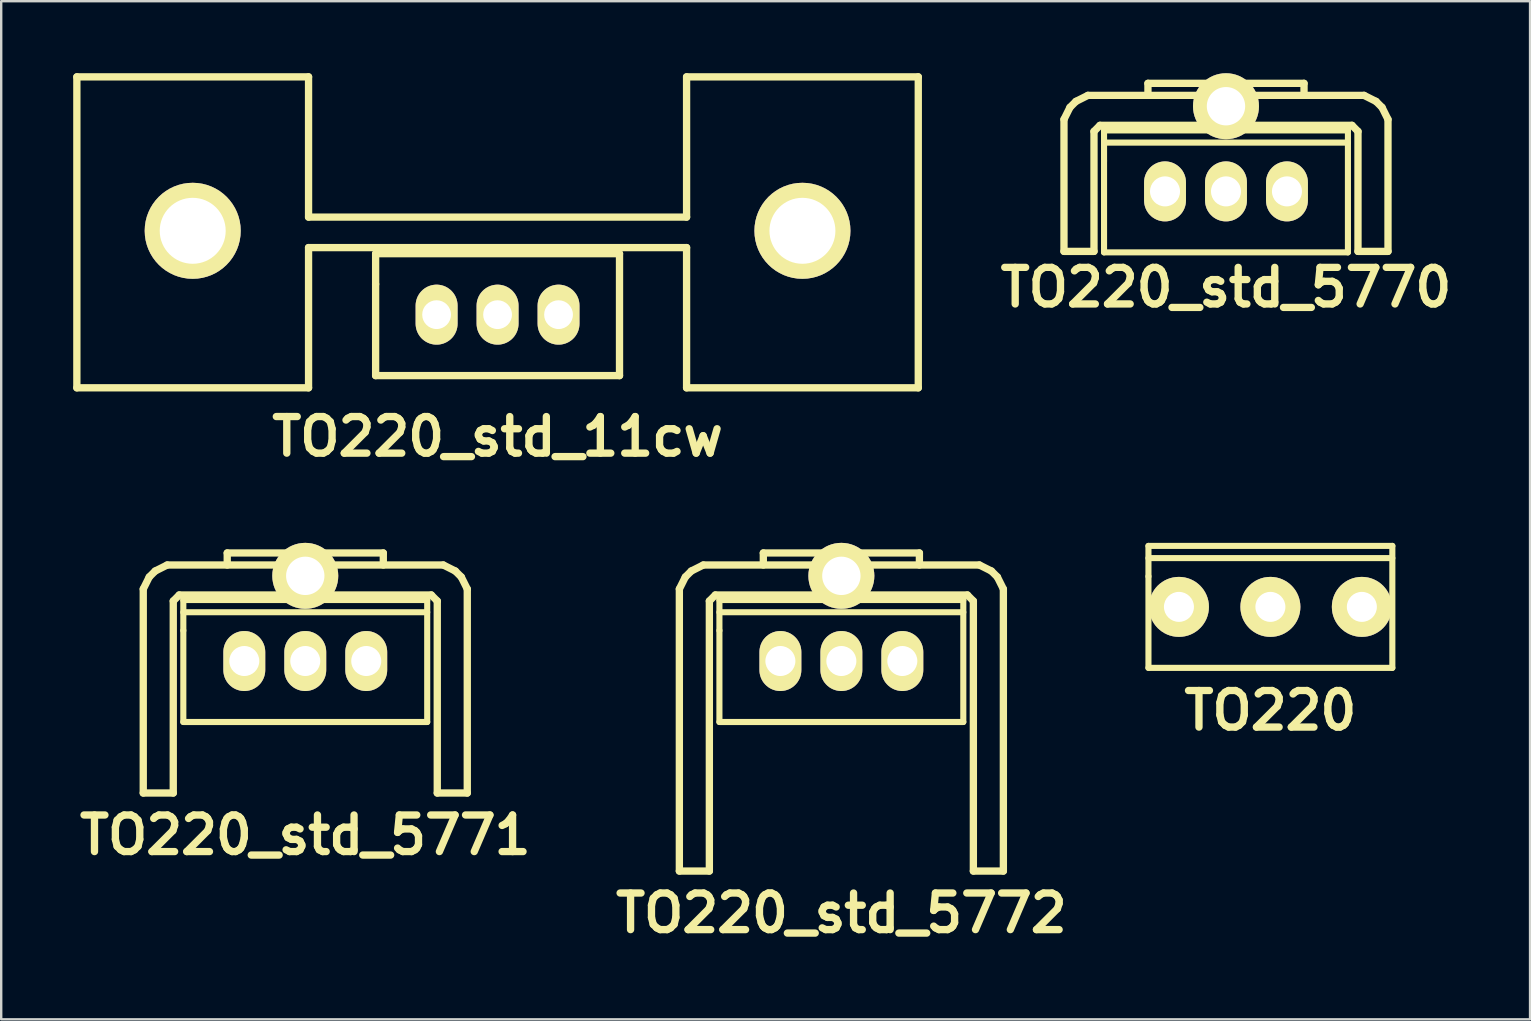
<source format=kicad_pcb>
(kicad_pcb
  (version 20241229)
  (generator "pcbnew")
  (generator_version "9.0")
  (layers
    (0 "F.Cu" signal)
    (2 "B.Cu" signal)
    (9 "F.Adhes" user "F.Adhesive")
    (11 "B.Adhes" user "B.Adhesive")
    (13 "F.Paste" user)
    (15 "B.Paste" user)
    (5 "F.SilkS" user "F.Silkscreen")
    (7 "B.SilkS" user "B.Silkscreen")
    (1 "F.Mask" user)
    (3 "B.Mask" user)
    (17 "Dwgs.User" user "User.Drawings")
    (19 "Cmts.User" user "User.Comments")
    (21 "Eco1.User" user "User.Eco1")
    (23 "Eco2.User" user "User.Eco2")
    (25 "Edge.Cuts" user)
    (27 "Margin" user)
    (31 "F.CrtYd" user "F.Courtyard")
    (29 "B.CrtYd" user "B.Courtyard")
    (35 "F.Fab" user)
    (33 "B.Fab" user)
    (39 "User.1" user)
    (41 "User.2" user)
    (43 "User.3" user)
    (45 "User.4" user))
  (footprint "TO220"
    (layer "F.Cu")
    (at 49.873 22.232)
    (property "Reference" "TO220" (at 0 4.318 0) (layer "F.SilkS") (effects (font (size 1.524 1.524) (thickness 0.305))))
    (attr through_hole)
    (fp_line (start -5.08 -2.54) (end -5.08 -1.27) (stroke (width 0.254) (type solid)) (layer "F.SilkS"))
    (fp_line (start -5.08 -2.032) (end 5.08 -2.032) (stroke (width 0.254) (type solid)) (layer "F.SilkS"))
    (fp_line (start -5.08 -1.27) (end -5.08 2.54) (stroke (width 0.254) (type solid)) (layer "F.SilkS"))
    (fp_line (start -5.08 2.54) (end 5.08 2.54) (stroke (width 0.254) (type solid)) (layer "F.SilkS"))
    (fp_line (start 5.08 -2.54) (end -5.08 -2.54) (stroke (width 0.254) (type solid)) (layer "F.SilkS"))
    (fp_line (start 5.08 2.54) (end 5.08 -2.54) (stroke (width 0.254) (type solid)) (layer "F.SilkS"))
    (pad "1" thru_hole circle (at -3.81 0) (size 2.499 2.499) (drill 1.25) (layers "*.Cu" "*.Mask" "F.SilkS"))
    (pad "2" thru_hole circle (at 0 0) (size 2.499 2.499) (drill 1.25) (layers "*.Cu" "*.Mask" "F.SilkS"))
    (pad "3" thru_hole circle (at 3.81 0) (size 2.499 2.499) (drill 1.25) (layers "*.Cu" "*.Mask" "F.SilkS")))
  (footprint "TO220_std_5770"
    (layer "F.Cu")
    (at 48.023 4.923)
    (property "Reference" "TO220_std_5770" (at 0 4 0) (layer "F.SilkS") (effects (font (size 1.524 1.524) (thickness 0.305))))
    (attr through_hole)
    (fp_line (start -6.749 -3) (end -6.5 -3.5) (stroke (width 0.305) (type solid)) (layer "F.SilkS"))
    (fp_line (start -6.749 2.499) (end -6.749 -3) (stroke (width 0.305) (type solid)) (layer "F.SilkS"))
    (fp_line (start -6.5 -3.5) (end -6.251 -3.749) (stroke (width 0.305) (type solid)) (layer "F.SilkS"))
    (fp_line (start -6.251 -3.749) (end -5.751 -4) (stroke (width 0.305) (type solid)) (layer "F.SilkS"))
    (fp_line (start -5.499 -2.499) (end -5.499 2.499) (stroke (width 0.305) (type solid)) (layer "F.SilkS"))
    (fp_line (start -5.499 -2.499) (end -5.25 -2.751) (stroke (width 0.305) (type solid)) (layer "F.SilkS"))
    (fp_line (start -5.499 2.499) (end -6.749 2.499) (stroke (width 0.305) (type solid)) (layer "F.SilkS"))
    (fp_line (start -5.25 -2.751) (end 5.25 -2.751) (stroke (width 0.305) (type solid)) (layer "F.SilkS"))
    (fp_line (start -5.08 -2.54) (end -5.08 -1.27) (stroke (width 0.254) (type solid)) (layer "F.SilkS"))
    (fp_line (start -5.08 -2.032) (end 5.08 -2.032) (stroke (width 0.254) (type solid)) (layer "F.SilkS"))
    (fp_line (start -5.08 -1.27) (end -5.08 2.54) (stroke (width 0.254) (type solid)) (layer "F.SilkS"))
    (fp_line (start -5.08 2.54) (end 5.08 2.54) (stroke (width 0.254) (type solid)) (layer "F.SilkS"))
    (fp_line (start -3.251 -4.501) (end 3.251 -4.501) (stroke (width 0.305) (type solid)) (layer "F.SilkS"))
    (fp_line (start -3.251 -4) (end -3.251 -4.501) (stroke (width 0.305) (type solid)) (layer "F.SilkS"))
    (fp_line (start 3.251 -4.501) (end 3.251 -4) (stroke (width 0.305) (type solid)) (layer "F.SilkS"))
    (fp_line (start 5.08 -2.54) (end -5.08 -2.54) (stroke (width 0.254) (type solid)) (layer "F.SilkS"))
    (fp_line (start 5.08 2.54) (end 5.08 -2.54) (stroke (width 0.254) (type solid)) (layer "F.SilkS"))
    (fp_line (start 5.25 -2.751) (end 5.499 -2.499) (stroke (width 0.305) (type solid)) (layer "F.SilkS"))
    (fp_line (start 5.499 2.499) (end 5.499 -2.499) (stroke (width 0.305) (type solid)) (layer "F.SilkS"))
    (fp_line (start 5.751 -4) (end -5.751 -4) (stroke (width 0.305) (type solid)) (layer "F.SilkS"))
    (fp_line (start 5.751 -4) (end 6.251 -3.749) (stroke (width 0.305) (type solid)) (layer "F.SilkS"))
    (fp_line (start 6.251 -3.749) (end 6.5 -3.5) (stroke (width 0.305) (type solid)) (layer "F.SilkS"))
    (fp_line (start 6.5 -3.5) (end 6.749 -3) (stroke (width 0.305) (type solid)) (layer "F.SilkS"))
    (fp_line (start 6.749 -3) (end 6.749 2.499) (stroke (width 0.305) (type solid)) (layer "F.SilkS"))
    (fp_line (start 6.749 2.499) (end 5.499 2.499) (stroke (width 0.305) (type solid)) (layer "F.SilkS"))
    (pad "" thru_hole circle (at 0 -3.548) (size 2.748 2.748) (drill 1.598) (layers "*.Cu" "*.Mask" "F.SilkS"))
    (pad "1" thru_hole oval (at -2.54 0) (size 1.745 2.499) (drill 1.25) (layers "*.Cu" "*.Mask" "F.SilkS"))
    (pad "2" thru_hole oval (at 0 0) (size 1.745 2.499) (drill 1.25) (layers "*.Cu" "*.Mask" "F.SilkS"))
    (pad "3" thru_hole oval (at 2.54 0) (size 1.745 2.499) (drill 1.25) (layers "*.Cu" "*.Mask" "F.SilkS")))
  (footprint "TO220_std_11cw"
    (layer "F.Cu")
    (at 17.678 10.058)
    (property "Reference" "TO220_std_11cw" (at 0 5.08 0) (layer "F.SilkS") (effects (font (size 1.524 1.524) (thickness 0.305))))
    (attr through_hole)
    (fp_line (start -17.526 -9.906) (end -17.526 3.048) (stroke (width 0.305) (type solid)) (layer "F.SilkS"))
    (fp_line (start -17.526 3.048) (end -7.874 3.048) (stroke (width 0.305) (type solid)) (layer "F.SilkS"))
    (fp_line (start -7.874 -9.906) (end -17.526 -9.906) (stroke (width 0.305) (type solid)) (layer "F.SilkS"))
    (fp_line (start -7.874 -9.906) (end -7.874 -4.064) (stroke (width 0.305) (type solid)) (layer "F.SilkS"))
    (fp_line (start -7.874 -2.794) (end -7.874 3.048) (stroke (width 0.305) (type solid)) (layer "F.SilkS"))
    (fp_line (start -7.874 -2.794) (end 7.874 -2.794) (stroke (width 0.305) (type solid)) (layer "F.SilkS"))
    (fp_line (start -5.08 -2.54) (end -5.08 -1.27) (stroke (width 0.305) (type solid)) (layer "F.SilkS"))
    (fp_line (start -5.08 -1.27) (end -5.08 2.54) (stroke (width 0.305) (type solid)) (layer "F.SilkS"))
    (fp_line (start -5.08 2.54) (end 5.08 2.54) (stroke (width 0.305) (type solid)) (layer "F.SilkS"))
    (fp_line (start 5.08 -2.54) (end -5.08 -2.54) (stroke (width 0.305) (type solid)) (layer "F.SilkS"))
    (fp_line (start 5.08 2.54) (end 5.08 -2.54) (stroke (width 0.305) (type solid)) (layer "F.SilkS"))
    (fp_line (start 7.874 -9.906) (end 7.874 -4.064) (stroke (width 0.305) (type solid)) (layer "F.SilkS"))
    (fp_line (start 7.874 -4.064) (end -7.874 -4.064) (stroke (width 0.305) (type solid)) (layer "F.SilkS"))
    (fp_line (start 7.874 3.048) (end 7.874 -2.794) (stroke (width 0.305) (type solid)) (layer "F.SilkS"))
    (fp_line (start 7.874 3.048) (end 17.526 3.048) (stroke (width 0.305) (type solid)) (layer "F.SilkS"))
    (fp_line (start 17.526 -9.906) (end 7.874 -9.906) (stroke (width 0.305) (type solid)) (layer "F.SilkS"))
    (fp_line (start 17.526 -9.906) (end 17.526 3.048) (stroke (width 0.305) (type solid)) (layer "F.SilkS"))
    (pad "" thru_hole circle (at -12.7 -3.493) (size 4 4) (drill 2.748) (layers "*.Cu" "*.Mask" "F.SilkS"))
    (pad "" thru_hole circle (at 12.7 -3.493) (size 4 4) (drill 2.748) (layers "*.Cu" "*.Mask" "F.SilkS"))
    (pad "1" thru_hole oval (at -2.54 0) (size 1.748 2.499) (drill 1.199) (layers "*.Cu" "*.Mask" "F.SilkS"))
    (pad "2" thru_hole oval (at 0 0) (size 1.748 2.499) (drill 1.199) (layers "*.Cu" "*.Mask" "F.SilkS"))
    (pad "3" thru_hole oval (at 2.54 0) (size 1.745 2.499) (drill 1.199) (layers "*.Cu" "*.Mask" "F.SilkS")))
  (footprint "TO220_std_5771"
    (layer "F.Cu")
    (at 9.667 24.487)
    (property "Reference" "TO220_std_5771" (at 0 7.249 0) (layer "F.SilkS") (effects (font (size 1.524 1.524) (thickness 0.305))))
    (attr through_hole)
    (fp_line (start -6.749 -3) (end -6.749 5.499) (stroke (width 0.305) (type solid)) (layer "F.SilkS"))
    (fp_line (start -6.749 -3) (end -6.5 -3.5) (stroke (width 0.305) (type solid)) (layer "F.SilkS"))
    (fp_line (start -6.5 -3.5) (end -6.251 -3.749) (stroke (width 0.305) (type solid)) (layer "F.SilkS"))
    (fp_line (start -6.251 -3.749) (end -5.751 -4) (stroke (width 0.305) (type solid)) (layer "F.SilkS"))
    (fp_line (start -5.499 -2.499) (end -5.25 -2.751) (stroke (width 0.305) (type solid)) (layer "F.SilkS"))
    (fp_line (start -5.499 5.499) (end -6.749 5.499) (stroke (width 0.305) (type solid)) (layer "F.SilkS"))
    (fp_line (start -5.499 5.499) (end -5.499 -2.499) (stroke (width 0.305) (type solid)) (layer "F.SilkS"))
    (fp_line (start -5.25 -2.751) (end 5.25 -2.751) (stroke (width 0.305) (type solid)) (layer "F.SilkS"))
    (fp_line (start -5.08 -2.54) (end -5.08 -1.27) (stroke (width 0.254) (type solid)) (layer "F.SilkS"))
    (fp_line (start -5.08 -2.032) (end 5.08 -2.032) (stroke (width 0.254) (type solid)) (layer "F.SilkS"))
    (fp_line (start -5.08 -1.27) (end -5.08 2.54) (stroke (width 0.254) (type solid)) (layer "F.SilkS"))
    (fp_line (start -5.08 2.54) (end 5.08 2.54) (stroke (width 0.254) (type solid)) (layer "F.SilkS"))
    (fp_line (start -3.251 -4.501) (end 3.251 -4.501) (stroke (width 0.305) (type solid)) (layer "F.SilkS"))
    (fp_line (start -3.251 -4) (end -3.251 -4.501) (stroke (width 0.305) (type solid)) (layer "F.SilkS"))
    (fp_line (start 3.251 -4.501) (end 3.251 -4) (stroke (width 0.305) (type solid)) (layer "F.SilkS"))
    (fp_line (start 5.08 -2.54) (end -5.08 -2.54) (stroke (width 0.254) (type solid)) (layer "F.SilkS"))
    (fp_line (start 5.08 2.54) (end 5.08 -2.54) (stroke (width 0.254) (type solid)) (layer "F.SilkS"))
    (fp_line (start 5.25 -2.751) (end 5.499 -2.499) (stroke (width 0.305) (type solid)) (layer "F.SilkS"))
    (fp_line (start 5.499 5.499) (end 5.499 -2.499) (stroke (width 0.305) (type solid)) (layer "F.SilkS"))
    (fp_line (start 5.751 -4) (end -5.751 -4) (stroke (width 0.305) (type solid)) (layer "F.SilkS"))
    (fp_line (start 5.751 -4) (end 6.251 -3.749) (stroke (width 0.305) (type solid)) (layer "F.SilkS"))
    (fp_line (start 6.251 -3.749) (end 6.5 -3.5) (stroke (width 0.305) (type solid)) (layer "F.SilkS"))
    (fp_line (start 6.5 -3.5) (end 6.749 -3) (stroke (width 0.305) (type solid)) (layer "F.SilkS"))
    (fp_line (start 6.749 -3) (end 6.749 5.499) (stroke (width 0.305) (type solid)) (layer "F.SilkS"))
    (fp_line (start 6.749 5.499) (end 5.499 5.499) (stroke (width 0.305) (type solid)) (layer "F.SilkS"))
    (pad "" thru_hole circle (at 0 -3.548) (size 2.748 2.748) (drill 1.598) (layers "*.Cu" "*.Mask" "F.SilkS"))
    (pad "1" thru_hole oval (at -2.54 0) (size 1.745 2.499) (drill 1.25) (layers "*.Cu" "*.Mask" "F.SilkS"))
    (pad "2" thru_hole oval (at 0 0) (size 1.745 2.499) (drill 1.25) (layers "*.Cu" "*.Mask" "F.SilkS"))
    (pad "3" thru_hole oval (at 2.54 0) (size 1.745 2.499) (drill 1.25) (layers "*.Cu" "*.Mask" "F.SilkS")))
  (footprint "TO220_std_5772"
    (layer "F.Cu")
    (at 32 24.487)
    (property "Reference" "TO220_std_5772" (at 0 10.5 0) (layer "F.SilkS") (effects (font (size 1.524 1.524) (thickness 0.305))))
    (attr through_hole)
    (fp_line (start -6.749 -3) (end -6.749 8.75) (stroke (width 0.305) (type solid)) (layer "F.SilkS"))
    (fp_line (start -6.749 -3) (end -6.5 -3.5) (stroke (width 0.305) (type solid)) (layer "F.SilkS"))
    (fp_line (start -6.5 -3.5) (end -6.251 -3.749) (stroke (width 0.305) (type solid)) (layer "F.SilkS"))
    (fp_line (start -6.251 -3.749) (end -5.751 -4) (stroke (width 0.305) (type solid)) (layer "F.SilkS"))
    (fp_line (start -5.499 -2.499) (end -5.25 -2.751) (stroke (width 0.305) (type solid)) (layer "F.SilkS"))
    (fp_line (start -5.499 8.75) (end -6.749 8.75) (stroke (width 0.305) (type solid)) (layer "F.SilkS"))
    (fp_line (start -5.499 8.75) (end -5.499 -2.499) (stroke (width 0.305) (type solid)) (layer "F.SilkS"))
    (fp_line (start -5.25 -2.751) (end 5.25 -2.751) (stroke (width 0.305) (type solid)) (layer "F.SilkS"))
    (fp_line (start -5.08 -2.54) (end -5.08 -1.27) (stroke (width 0.254) (type solid)) (layer "F.SilkS"))
    (fp_line (start -5.08 -2.032) (end 5.08 -2.032) (stroke (width 0.254) (type solid)) (layer "F.SilkS"))
    (fp_line (start -5.08 -1.27) (end -5.08 2.54) (stroke (width 0.254) (type solid)) (layer "F.SilkS"))
    (fp_line (start -5.08 2.54) (end 5.08 2.54) (stroke (width 0.254) (type solid)) (layer "F.SilkS"))
    (fp_line (start -3.251 -4.501) (end 3.251 -4.501) (stroke (width 0.305) (type solid)) (layer "F.SilkS"))
    (fp_line (start -3.251 -4) (end -3.251 -4.501) (stroke (width 0.305) (type solid)) (layer "F.SilkS"))
    (fp_line (start 3.251 -4.501) (end 3.251 -4) (stroke (width 0.305) (type solid)) (layer "F.SilkS"))
    (fp_line (start 5.08 -2.54) (end -5.08 -2.54) (stroke (width 0.254) (type solid)) (layer "F.SilkS"))
    (fp_line (start 5.08 2.54) (end 5.08 -2.54) (stroke (width 0.254) (type solid)) (layer "F.SilkS"))
    (fp_line (start 5.25 -2.751) (end 5.499 -2.499) (stroke (width 0.305) (type solid)) (layer "F.SilkS"))
    (fp_line (start 5.499 -2.499) (end 5.499 8.75) (stroke (width 0.305) (type solid)) (layer "F.SilkS"))
    (fp_line (start 5.751 -4) (end -5.751 -4) (stroke (width 0.305) (type solid)) (layer "F.SilkS"))
    (fp_line (start 5.751 -4) (end 6.251 -3.749) (stroke (width 0.305) (type solid)) (layer "F.SilkS"))
    (fp_line (start 6.251 -3.749) (end 6.5 -3.5) (stroke (width 0.305) (type solid)) (layer "F.SilkS"))
    (fp_line (start 6.5 -3.5) (end 6.749 -3) (stroke (width 0.305) (type solid)) (layer "F.SilkS"))
    (fp_line (start 6.749 -3) (end 6.749 8.75) (stroke (width 0.305) (type solid)) (layer "F.SilkS"))
    (fp_line (start 6.749 8.75) (end 5.499 8.75) (stroke (width 0.305) (type solid)) (layer "F.SilkS"))
    (pad "" thru_hole circle (at 0 -3.548) (size 2.748 2.748) (drill 1.598) (layers "*.Cu" "*.Mask" "F.SilkS"))
    (pad "1" thru_hole oval (at -2.54 0) (size 1.745 2.499) (drill 1.25) (layers "*.Cu" "*.Mask" "F.SilkS"))
    (pad "2" thru_hole oval (at 0 0) (size 1.745 2.499) (drill 1.25) (layers "*.Cu" "*.Mask" "F.SilkS"))
    (pad "3" thru_hole oval (at 2.54 0) (size 1.745 2.499) (drill 1.25) (layers "*.Cu" "*.Mask" "F.SilkS")))
  (gr_rect
    (start -3 -3)
    (end 60.69 39.414)
    (stroke (width 0.1) (type default))
    (fill no)
    (layer "Edge.Cuts")))
</source>
